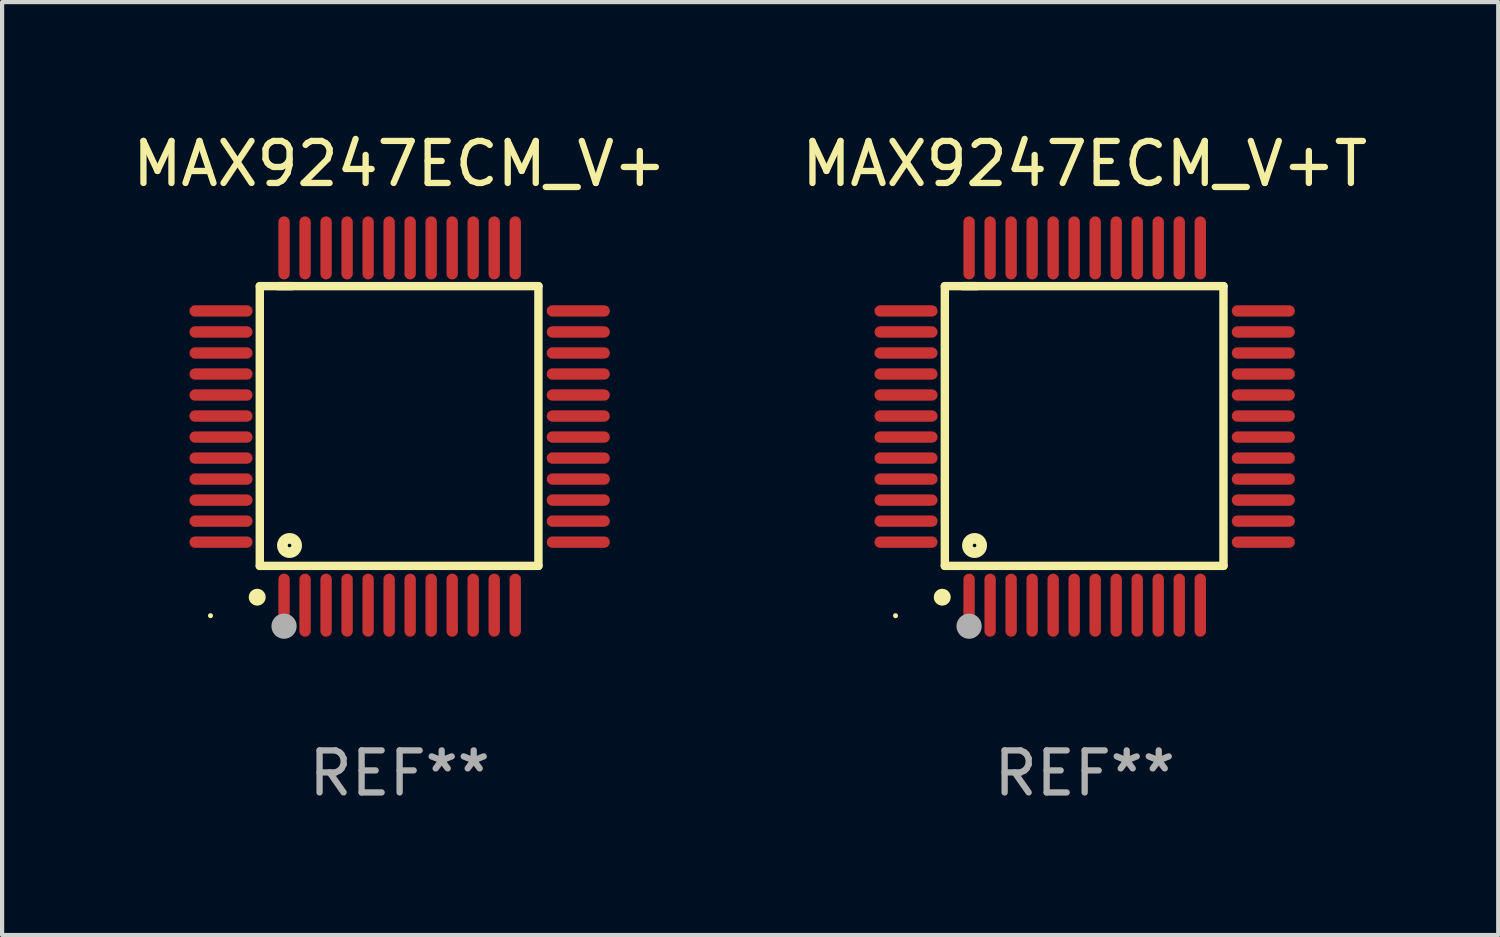
<source format=kicad_pcb>
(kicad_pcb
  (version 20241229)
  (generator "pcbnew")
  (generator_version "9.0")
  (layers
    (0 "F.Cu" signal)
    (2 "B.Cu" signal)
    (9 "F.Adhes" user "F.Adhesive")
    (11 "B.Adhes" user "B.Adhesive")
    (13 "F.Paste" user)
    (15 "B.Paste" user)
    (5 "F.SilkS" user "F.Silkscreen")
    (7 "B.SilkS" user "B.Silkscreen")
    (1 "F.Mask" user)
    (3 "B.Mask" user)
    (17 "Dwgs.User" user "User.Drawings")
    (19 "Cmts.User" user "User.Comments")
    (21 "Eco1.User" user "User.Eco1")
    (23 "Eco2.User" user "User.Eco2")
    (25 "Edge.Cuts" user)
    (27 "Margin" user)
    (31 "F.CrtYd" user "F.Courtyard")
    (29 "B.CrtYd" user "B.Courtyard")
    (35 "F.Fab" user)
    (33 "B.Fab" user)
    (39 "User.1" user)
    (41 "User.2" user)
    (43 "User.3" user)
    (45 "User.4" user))
  (footprint "MAX9247ECM_V+T"
    (layer "F.Cu")
    (at 22.756 7.098)
    (property "Reference" "MAX9247ECM_V+T" (at 0 -6.25 0) (layer "F.SilkS") (effects (font (size 1 1) (thickness 0.15))))
    (attr through_hole)
    (fp_line (start -3.327 -3.34) (end -2.565 -3.34) (stroke (width 0.2) (type solid)) (layer "F.SilkS"))
    (fp_line (start -3.327 3.315) (end -3.327 -3.34) (stroke (width 0.2) (type solid)) (layer "F.SilkS"))
    (fp_line (start -2.896 -3.34) (end 3.302 -3.34) (stroke (width 0.2) (type solid)) (layer "F.SilkS"))
    (fp_line (start 3.302 -3.34) (end 3.302 3.315) (stroke (width 0.2) (type solid)) (layer "F.SilkS"))
    (fp_line (start 3.302 3.315) (end -3.327 3.315) (stroke (width 0.2) (type solid)) (layer "F.SilkS"))
    (fp_arc (start -3.389992 4.059995) (mid -3.388722 4.059991) (end -3.387452 4.059995) (stroke (width 0.4) (type solid)) (layer "F.SilkS"))
    (fp_circle (center -4.5 4.5) (end -4.47 4.5) (stroke (width 0.06) (type solid)) (fill no) (layer "F.SilkS"))
    (fp_circle (center -2.62 2.83) (end -2.45 2.83) (stroke (width 0.254) (type solid)) (fill no) (layer "F.SilkS"))
    (fp_circle (center -2.75 4.75) (end -2.6 4.75) (stroke (width 0.3) (type solid)) (fill no) (layer "F.Fab"))
    (fp_text user "REF**" (at 0 8.25 0) (layer "F.Fab") (effects (font (size 1 1) (thickness 0.15))))
    (pad "1" smd oval (at -2.75 4.25) (size 0.27 1.5) (layers "F.Cu" "F.Mask" "F.Paste"))
    (pad "2" smd oval (at -2.25 4.25) (size 0.27 1.5) (layers "F.Cu" "F.Mask" "F.Paste"))
    (pad "3" smd oval (at -1.75 4.25) (size 0.27 1.5) (layers "F.Cu" "F.Mask" "F.Paste"))
    (pad "4" smd oval (at -1.25 4.25) (size 0.27 1.5) (layers "F.Cu" "F.Mask" "F.Paste"))
    (pad "5" smd oval (at -0.75 4.25) (size 0.27 1.5) (layers "F.Cu" "F.Mask" "F.Paste"))
    (pad "6" smd oval (at -0.25 4.25) (size 0.27 1.5) (layers "F.Cu" "F.Mask" "F.Paste"))
    (pad "7" smd oval (at 0.25 4.25) (size 0.27 1.5) (layers "F.Cu" "F.Mask" "F.Paste"))
    (pad "8" smd oval (at 0.75 4.25) (size 0.27 1.5) (layers "F.Cu" "F.Mask" "F.Paste"))
    (pad "9" smd oval (at 1.25 4.25) (size 0.27 1.5) (layers "F.Cu" "F.Mask" "F.Paste"))
    (pad "10" smd oval (at 1.75 4.25) (size 0.27 1.5) (layers "F.Cu" "F.Mask" "F.Paste"))
    (pad "11" smd oval (at 2.25 4.25) (size 0.27 1.5) (layers "F.Cu" "F.Mask" "F.Paste"))
    (pad "12" smd oval (at 2.75 4.25) (size 0.27 1.5) (layers "F.Cu" "F.Mask" "F.Paste"))
    (pad "13" smd oval (at 4.25 2.75) (size 1.5 0.27) (layers "F.Cu" "F.Mask" "F.Paste"))
    (pad "14" smd oval (at 4.25 2.25) (size 1.5 0.27) (layers "F.Cu" "F.Mask" "F.Paste"))
    (pad "15" smd oval (at 4.25 1.75) (size 1.5 0.27) (layers "F.Cu" "F.Mask" "F.Paste"))
    (pad "16" smd oval (at 4.25 1.25) (size 1.5 0.27) (layers "F.Cu" "F.Mask" "F.Paste"))
    (pad "17" smd oval (at 4.25 0.75) (size 1.5 0.27) (layers "F.Cu" "F.Mask" "F.Paste"))
    (pad "18" smd oval (at 4.25 0.25) (size 1.5 0.27) (layers "F.Cu" "F.Mask" "F.Paste"))
    (pad "19" smd oval (at 4.25 -0.25) (size 1.5 0.27) (layers "F.Cu" "F.Mask" "F.Paste"))
    (pad "20" smd oval (at 4.25 -0.75) (size 1.5 0.27) (layers "F.Cu" "F.Mask" "F.Paste"))
    (pad "21" smd oval (at 4.25 -1.25) (size 1.5 0.27) (layers "F.Cu" "F.Mask" "F.Paste"))
    (pad "22" smd oval (at 4.25 -1.75) (size 1.5 0.27) (layers "F.Cu" "F.Mask" "F.Paste"))
    (pad "23" smd oval (at 4.25 -2.25) (size 1.5 0.27) (layers "F.Cu" "F.Mask" "F.Paste"))
    (pad "24" smd oval (at 4.25 -2.75) (size 1.5 0.27) (layers "F.Cu" "F.Mask" "F.Paste"))
    (pad "25" smd oval (at 2.75 -4.25) (size 0.27 1.5) (layers "F.Cu" "F.Mask" "F.Paste"))
    (pad "26" smd oval (at 2.25 -4.25) (size 0.27 1.5) (layers "F.Cu" "F.Mask" "F.Paste"))
    (pad "27" smd oval (at 1.75 -4.25) (size 0.27 1.5) (layers "F.Cu" "F.Mask" "F.Paste"))
    (pad "28" smd oval (at 1.25 -4.25) (size 0.27 1.5) (layers "F.Cu" "F.Mask" "F.Paste"))
    (pad "29" smd oval (at 0.75 -4.25) (size 0.27 1.5) (layers "F.Cu" "F.Mask" "F.Paste"))
    (pad "30" smd oval (at 0.25 -4.25) (size 0.27 1.5) (layers "F.Cu" "F.Mask" "F.Paste"))
    (pad "31" smd oval (at -0.25 -4.25) (size 0.27 1.5) (layers "F.Cu" "F.Mask" "F.Paste"))
    (pad "32" smd oval (at -0.75 -4.25) (size 0.27 1.5) (layers "F.Cu" "F.Mask" "F.Paste"))
    (pad "33" smd oval (at -1.25 -4.25) (size 0.27 1.5) (layers "F.Cu" "F.Mask" "F.Paste"))
    (pad "34" smd oval (at -1.75 -4.25) (size 0.27 1.5) (layers "F.Cu" "F.Mask" "F.Paste"))
    (pad "35" smd oval (at -2.25 -4.25) (size 0.27 1.5) (layers "F.Cu" "F.Mask" "F.Paste"))
    (pad "36" smd oval (at -2.75 -4.25) (size 0.27 1.5) (layers "F.Cu" "F.Mask" "F.Paste"))
    (pad "37" smd oval (at -4.25 -2.75) (size 1.5 0.27) (layers "F.Cu" "F.Mask" "F.Paste"))
    (pad "38" smd oval (at -4.25 -2.25) (size 1.5 0.27) (layers "F.Cu" "F.Mask" "F.Paste"))
    (pad "39" smd oval (at -4.25 -1.75) (size 1.5 0.27) (layers "F.Cu" "F.Mask" "F.Paste"))
    (pad "40" smd oval (at -4.25 -1.25) (size 1.5 0.27) (layers "F.Cu" "F.Mask" "F.Paste"))
    (pad "41" smd oval (at -4.25 -0.75) (size 1.5 0.27) (layers "F.Cu" "F.Mask" "F.Paste"))
    (pad "42" smd oval (at -4.25 -0.25) (size 1.5 0.27) (layers "F.Cu" "F.Mask" "F.Paste"))
    (pad "43" smd oval (at -4.25 0.25) (size 1.5 0.27) (layers "F.Cu" "F.Mask" "F.Paste"))
    (pad "44" smd oval (at -4.25 0.75) (size 1.5 0.27) (layers "F.Cu" "F.Mask" "F.Paste"))
    (pad "45" smd oval (at -4.25 1.25) (size 1.5 0.27) (layers "F.Cu" "F.Mask" "F.Paste"))
    (pad "46" smd oval (at -4.25 1.75) (size 1.5 0.27) (layers "F.Cu" "F.Mask" "F.Paste"))
    (pad "47" smd oval (at -4.25 2.25) (size 1.5 0.27) (layers "F.Cu" "F.Mask" "F.Paste"))
    (pad "48" smd oval (at -4.25 2.75) (size 1.5 0.27) (layers "F.Cu" "F.Mask" "F.Paste")))
  (footprint "MAX9247ECM_V+"
    (layer "F.Cu")
    (at 6.458 7.098)
    (property "Reference" "MAX9247ECM_V+" (at 0 -6.25 0) (layer "F.SilkS") (effects (font (size 1 1) (thickness 0.15))))
    (attr through_hole)
    (fp_line (start -3.327 -3.34) (end -2.565 -3.34) (stroke (width 0.2) (type solid)) (layer "F.SilkS"))
    (fp_line (start -3.327 3.315) (end -3.327 -3.34) (stroke (width 0.2) (type solid)) (layer "F.SilkS"))
    (fp_line (start -2.896 -3.34) (end 3.302 -3.34) (stroke (width 0.2) (type solid)) (layer "F.SilkS"))
    (fp_line (start 3.302 -3.34) (end 3.302 3.315) (stroke (width 0.2) (type solid)) (layer "F.SilkS"))
    (fp_line (start 3.302 3.315) (end -3.327 3.315) (stroke (width 0.2) (type solid)) (layer "F.SilkS"))
    (fp_arc (start -3.389992 4.059995) (mid -3.388722 4.059991) (end -3.387452 4.059995) (stroke (width 0.4) (type solid)) (layer "F.SilkS"))
    (fp_circle (center -4.5 4.5) (end -4.47 4.5) (stroke (width 0.06) (type solid)) (fill no) (layer "F.SilkS"))
    (fp_circle (center -2.62 2.83) (end -2.45 2.83) (stroke (width 0.254) (type solid)) (fill no) (layer "F.SilkS"))
    (fp_circle (center -2.75 4.75) (end -2.6 4.75) (stroke (width 0.3) (type solid)) (fill no) (layer "F.Fab"))
    (fp_text user "REF**" (at 0 8.25 0) (layer "F.Fab") (effects (font (size 1 1) (thickness 0.15))))
    (pad "1" smd oval (at -2.75 4.25) (size 0.27 1.5) (layers "F.Cu" "F.Mask" "F.Paste"))
    (pad "2" smd oval (at -2.25 4.25) (size 0.27 1.5) (layers "F.Cu" "F.Mask" "F.Paste"))
    (pad "3" smd oval (at -1.75 4.25) (size 0.27 1.5) (layers "F.Cu" "F.Mask" "F.Paste"))
    (pad "4" smd oval (at -1.25 4.25) (size 0.27 1.5) (layers "F.Cu" "F.Mask" "F.Paste"))
    (pad "5" smd oval (at -0.75 4.25) (size 0.27 1.5) (layers "F.Cu" "F.Mask" "F.Paste"))
    (pad "6" smd oval (at -0.25 4.25) (size 0.27 1.5) (layers "F.Cu" "F.Mask" "F.Paste"))
    (pad "7" smd oval (at 0.25 4.25) (size 0.27 1.5) (layers "F.Cu" "F.Mask" "F.Paste"))
    (pad "8" smd oval (at 0.75 4.25) (size 0.27 1.5) (layers "F.Cu" "F.Mask" "F.Paste"))
    (pad "9" smd oval (at 1.25 4.25) (size 0.27 1.5) (layers "F.Cu" "F.Mask" "F.Paste"))
    (pad "10" smd oval (at 1.75 4.25) (size 0.27 1.5) (layers "F.Cu" "F.Mask" "F.Paste"))
    (pad "11" smd oval (at 2.25 4.25) (size 0.27 1.5) (layers "F.Cu" "F.Mask" "F.Paste"))
    (pad "12" smd oval (at 2.75 4.25) (size 0.27 1.5) (layers "F.Cu" "F.Mask" "F.Paste"))
    (pad "13" smd oval (at 4.25 2.75) (size 1.5 0.27) (layers "F.Cu" "F.Mask" "F.Paste"))
    (pad "14" smd oval (at 4.25 2.25) (size 1.5 0.27) (layers "F.Cu" "F.Mask" "F.Paste"))
    (pad "15" smd oval (at 4.25 1.75) (size 1.5 0.27) (layers "F.Cu" "F.Mask" "F.Paste"))
    (pad "16" smd oval (at 4.25 1.25) (size 1.5 0.27) (layers "F.Cu" "F.Mask" "F.Paste"))
    (pad "17" smd oval (at 4.25 0.75) (size 1.5 0.27) (layers "F.Cu" "F.Mask" "F.Paste"))
    (pad "18" smd oval (at 4.25 0.25) (size 1.5 0.27) (layers "F.Cu" "F.Mask" "F.Paste"))
    (pad "19" smd oval (at 4.25 -0.25) (size 1.5 0.27) (layers "F.Cu" "F.Mask" "F.Paste"))
    (pad "20" smd oval (at 4.25 -0.75) (size 1.5 0.27) (layers "F.Cu" "F.Mask" "F.Paste"))
    (pad "21" smd oval (at 4.25 -1.25) (size 1.5 0.27) (layers "F.Cu" "F.Mask" "F.Paste"))
    (pad "22" smd oval (at 4.25 -1.75) (size 1.5 0.27) (layers "F.Cu" "F.Mask" "F.Paste"))
    (pad "23" smd oval (at 4.25 -2.25) (size 1.5 0.27) (layers "F.Cu" "F.Mask" "F.Paste"))
    (pad "24" smd oval (at 4.25 -2.75) (size 1.5 0.27) (layers "F.Cu" "F.Mask" "F.Paste"))
    (pad "25" smd oval (at 2.75 -4.25) (size 0.27 1.5) (layers "F.Cu" "F.Mask" "F.Paste"))
    (pad "26" smd oval (at 2.25 -4.25) (size 0.27 1.5) (layers "F.Cu" "F.Mask" "F.Paste"))
    (pad "27" smd oval (at 1.75 -4.25) (size 0.27 1.5) (layers "F.Cu" "F.Mask" "F.Paste"))
    (pad "28" smd oval (at 1.25 -4.25) (size 0.27 1.5) (layers "F.Cu" "F.Mask" "F.Paste"))
    (pad "29" smd oval (at 0.75 -4.25) (size 0.27 1.5) (layers "F.Cu" "F.Mask" "F.Paste"))
    (pad "30" smd oval (at 0.25 -4.25) (size 0.27 1.5) (layers "F.Cu" "F.Mask" "F.Paste"))
    (pad "31" smd oval (at -0.25 -4.25) (size 0.27 1.5) (layers "F.Cu" "F.Mask" "F.Paste"))
    (pad "32" smd oval (at -0.75 -4.25) (size 0.27 1.5) (layers "F.Cu" "F.Mask" "F.Paste"))
    (pad "33" smd oval (at -1.25 -4.25) (size 0.27 1.5) (layers "F.Cu" "F.Mask" "F.Paste"))
    (pad "34" smd oval (at -1.75 -4.25) (size 0.27 1.5) (layers "F.Cu" "F.Mask" "F.Paste"))
    (pad "35" smd oval (at -2.25 -4.25) (size 0.27 1.5) (layers "F.Cu" "F.Mask" "F.Paste"))
    (pad "36" smd oval (at -2.75 -4.25) (size 0.27 1.5) (layers "F.Cu" "F.Mask" "F.Paste"))
    (pad "37" smd oval (at -4.25 -2.75) (size 1.5 0.27) (layers "F.Cu" "F.Mask" "F.Paste"))
    (pad "38" smd oval (at -4.25 -2.25) (size 1.5 0.27) (layers "F.Cu" "F.Mask" "F.Paste"))
    (pad "39" smd oval (at -4.25 -1.75) (size 1.5 0.27) (layers "F.Cu" "F.Mask" "F.Paste"))
    (pad "40" smd oval (at -4.25 -1.25) (size 1.5 0.27) (layers "F.Cu" "F.Mask" "F.Paste"))
    (pad "41" smd oval (at -4.25 -0.75) (size 1.5 0.27) (layers "F.Cu" "F.Mask" "F.Paste"))
    (pad "42" smd oval (at -4.25 -0.25) (size 1.5 0.27) (layers "F.Cu" "F.Mask" "F.Paste"))
    (pad "43" smd oval (at -4.25 0.25) (size 1.5 0.27) (layers "F.Cu" "F.Mask" "F.Paste"))
    (pad "44" smd oval (at -4.25 0.75) (size 1.5 0.27) (layers "F.Cu" "F.Mask" "F.Paste"))
    (pad "45" smd oval (at -4.25 1.25) (size 1.5 0.27) (layers "F.Cu" "F.Mask" "F.Paste"))
    (pad "46" smd oval (at -4.25 1.75) (size 1.5 0.27) (layers "F.Cu" "F.Mask" "F.Paste"))
    (pad "47" smd oval (at -4.25 2.25) (size 1.5 0.27) (layers "F.Cu" "F.Mask" "F.Paste"))
    (pad "48" smd oval (at -4.25 2.75) (size 1.5 0.27) (layers "F.Cu" "F.Mask" "F.Paste")))
  (gr_rect
    (start -3 -3)
    (end 32.595 19.196)
    (stroke (width 0.1) (type default))
    (fill no)
    (layer "Edge.Cuts")))
</source>
